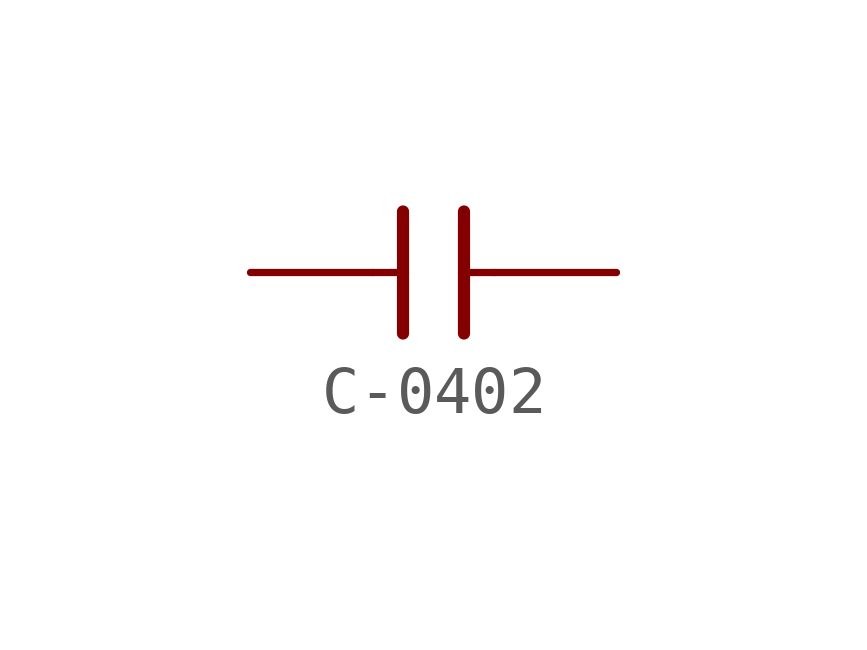
<source format=kicad_sym>
(kicad_symbol_lib
  (version 20220914)
  (generator kicad_symbol_editor)
  (symbol "C-0402"
    (property "Reference" "C"
      (at -3.81 0 0)
      (effects (font (size 1.27 1.079)) (justify left bottom) hide))
    (property "ki_locked" ""
      (at 0 0 0)
      (effects (font (size 1.27 1.27))))
    (symbol "C-0402_1_0"
      (polyline (pts (xy -1.27 0) (xy -0.635 0)) (stroke (width 0.152) (type solid)) (fill (type none)))
      (polyline (pts (xy -0.635 -1.27) (xy -0.635 0)) (stroke (width 0.254) (type solid)) (fill (type none)))
      (polyline (pts (xy -0.635 0) (xy -0.635 1.27)) (stroke (width 0.254) (type solid)) (fill (type none)))
      (polyline (pts (xy 0.635 0) (xy 0.635 -1.27)) (stroke (width 0.254) (type solid)) (fill (type none)))
      (polyline (pts (xy 0.635 0) (xy 1.27 0)) (stroke (width 0.152) (type solid)) (fill (type none)))
      (polyline (pts (xy 0.635 1.27) (xy 0.635 0)) (stroke (width 0.254) (type solid)) (fill (type none)))
      (pin passive line (at -3.81 0 0) (length 2.54) (name "1" (effects (font (size 0 0)))) (number "1" (effects (font (size 0 0)))))
      (pin passive line (at 3.81 0 180) (length 2.54) (name "2" (effects (font (size 0 0)))) (number "2" (effects (font (size 0 0))))))))
</source>
